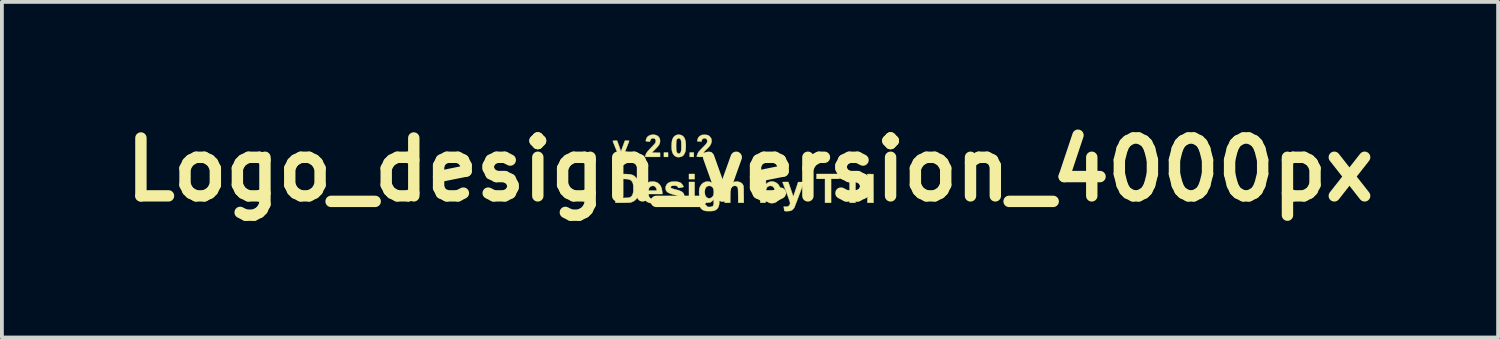
<source format=kicad_pcb>
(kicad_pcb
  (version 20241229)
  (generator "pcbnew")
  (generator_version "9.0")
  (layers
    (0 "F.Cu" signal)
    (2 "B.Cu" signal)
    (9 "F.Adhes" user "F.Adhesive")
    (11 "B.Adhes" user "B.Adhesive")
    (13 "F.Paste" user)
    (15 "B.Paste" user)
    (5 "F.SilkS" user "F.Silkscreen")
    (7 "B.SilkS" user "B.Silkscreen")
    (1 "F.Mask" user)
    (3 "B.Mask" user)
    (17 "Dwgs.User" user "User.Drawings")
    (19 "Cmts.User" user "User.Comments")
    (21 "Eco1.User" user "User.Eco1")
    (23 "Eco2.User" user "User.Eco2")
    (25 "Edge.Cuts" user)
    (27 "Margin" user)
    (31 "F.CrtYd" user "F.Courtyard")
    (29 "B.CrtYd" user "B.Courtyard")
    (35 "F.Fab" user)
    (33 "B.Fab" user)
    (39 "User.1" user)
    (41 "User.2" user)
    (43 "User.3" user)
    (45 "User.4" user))
  (footprint "Logo_design_version_4000px"
    (layer "F.Cu")
    (at 16.699 1.418)
    (property "Reference" "Logo_design_version_4000px" (at 0 0 0) (layer "F.SilkS") (effects (font (size 1.524 1.524) (thickness 0.3))))
    (attr through_hole)
    (fp_poly (pts (xy -2.159 -0.337) (xy -2.267 -0.337) (xy -2.267 -0.451) (xy -2.159 -0.451) (xy -2.159 -0.337)) (stroke (width 0.01) (type solid)) (fill yes) (layer "F.SilkS"))
    (fp_poly (pts (xy -1.48 -0.337) (xy -1.587 -0.337) (xy -1.587 -0.451) (xy -1.48 -0.451) (xy -1.48 -0.337)) (stroke (width 0.01) (type solid)) (fill yes) (layer "F.SilkS"))
    (fp_poly (pts (xy -1.46 0.248) (xy -1.607 0.248) (xy -1.607 0.114) (xy -1.46 0.114) (xy -1.46 0.248)) (stroke (width 0.01) (type solid)) (fill yes) (layer "F.SilkS"))
    (fp_poly (pts (xy -1.46 0.87) (xy -1.607 0.87) (xy -1.607 0.324) (xy -1.46 0.324) (xy -1.46 0.87)) (stroke (width 0.01) (type solid)) (fill yes) (layer "F.SilkS"))
    (fp_poly (pts (xy 3.17 0.116) (xy 3.248 0.117) (xy 3.25 0.494) (xy 3.251 0.87) (xy 3.092 0.87) (xy 3.092 0.114) (xy 3.17 0.116)) (stroke (width 0.01) (type solid)) (fill yes) (layer "F.SilkS"))
    (fp_poly (pts (xy 2.356 0.241) (xy 2.134 0.241) (xy 2.134 0.87) (xy 1.975 0.87) (xy 1.975 0.241) (xy 1.753 0.241) (xy 1.753 0.114) (xy 2.356 0.114) (xy 2.356 0.241)) (stroke (width 0.01) (type solid)) (fill yes) (layer "F.SilkS"))
    (fp_poly (pts (xy 3.004 0.241) (xy 2.891 0.243) (xy 2.778 0.244) (xy 2.776 0.557) (xy 2.775 0.87) (xy 2.623 0.87) (xy 2.623 0.241) (xy 2.4 0.241) (xy 2.4 0.114) (xy 3.004 0.114) (xy 3.004 0.241)) (stroke (width 0.01) (type solid)) (fill yes) (layer "F.SilkS"))
    (fp_poly (pts (xy -3.061 -0.337) (xy -3.114 -0.337) (xy -3.138 -0.337) (xy -3.158 -0.338) (xy -3.169 -0.34) (xy -3.171 -0.341) (xy -3.173 -0.349) (xy -3.174 -0.366) (xy -3.175 -0.39) (xy -3.175 -0.398) (xy -3.175 -0.451) (xy -3.061 -0.451) (xy -3.061 -0.337)) (stroke (width 0.01) (type solid)) (fill yes) (layer "F.SilkS"))
    (fp_poly (pts (xy -3.459 -0.649) (xy -3.445 -0.612) (xy -3.433 -0.577) (xy -3.422 -0.546) (xy -3.414 -0.523) (xy -3.41 -0.51) (xy -3.403 -0.493) (xy -3.397 -0.483) (xy -3.392 -0.484) (xy -3.391 -0.492) (xy -3.389 -0.5) (xy -3.383 -0.519) (xy -3.374 -0.545) (xy -3.362 -0.578) (xy -3.348 -0.616) (xy -3.342 -0.632) (xy -3.294 -0.762) (xy -3.237 -0.762) (xy -3.213 -0.762) (xy -3.193 -0.761) (xy -3.183 -0.759) (xy -3.181 -0.759) (xy -3.184 -0.752) (xy -3.19 -0.735) (xy -3.2 -0.709) (xy -3.213 -0.676) (xy -3.229 -0.635) (xy -3.247 -0.59) (xy -3.264 -0.546) (xy -3.347 -0.337) (xy -3.446 -0.337) (xy -3.53 -0.543) (xy -3.549 -0.591) (xy -3.567 -0.636) (xy -3.583 -0.675) (xy -3.596 -0.708) (xy -3.605 -0.734) (xy -3.611 -0.75) (xy -3.613 -0.755) (xy -3.607 -0.759) (xy -3.59 -0.761) (xy -3.564 -0.762) (xy -3.557 -0.762) (xy -3.501 -0.762) (xy -3.459 -0.649)) (stroke (width 0.01) (type solid)) (fill yes) (layer "F.SilkS"))
    (fp_poly (pts (xy -0.295 0.32) (xy -0.251 0.335) (xy -0.216 0.359) (xy -0.189 0.393) (xy -0.18 0.41) (xy -0.177 0.418) (xy -0.174 0.427) (xy -0.172 0.44) (xy -0.17 0.458) (xy -0.169 0.481) (xy -0.168 0.512) (xy -0.167 0.551) (xy -0.167 0.601) (xy -0.166 0.652) (xy -0.164 0.87) (xy -0.31 0.87) (xy -0.312 0.678) (xy -0.313 0.619) (xy -0.314 0.571) (xy -0.315 0.533) (xy -0.317 0.504) (xy -0.321 0.482) (xy -0.325 0.466) (xy -0.33 0.455) (xy -0.338 0.446) (xy -0.347 0.44) (xy -0.355 0.435) (xy -0.388 0.425) (xy -0.421 0.426) (xy -0.453 0.437) (xy -0.481 0.458) (xy -0.501 0.486) (xy -0.506 0.495) (xy -0.51 0.504) (xy -0.513 0.514) (xy -0.515 0.527) (xy -0.516 0.545) (xy -0.518 0.568) (xy -0.518 0.6) (xy -0.519 0.64) (xy -0.52 0.692) (xy -0.52 0.694) (xy -0.522 0.87) (xy -0.667 0.87) (xy -0.667 0.324) (xy -0.527 0.324) (xy -0.527 0.394) (xy -0.493 0.366) (xy -0.456 0.34) (xy -0.419 0.324) (xy -0.378 0.316) (xy -0.346 0.315) (xy -0.295 0.32)) (stroke (width 0.01) (type solid)) (fill yes) (layer "F.SilkS"))
    (fp_poly (pts (xy -2.505 -0.917) (xy -2.465 -0.906) (xy -2.431 -0.887) (xy -2.413 -0.871) (xy -2.389 -0.841) (xy -2.375 -0.808) (xy -2.369 -0.769) (xy -2.37 -0.74) (xy -2.374 -0.712) (xy -2.382 -0.686) (xy -2.395 -0.659) (xy -2.413 -0.631) (xy -2.439 -0.599) (xy -2.473 -0.563) (xy -2.502 -0.533) (xy -2.588 -0.448) (xy -2.478 -0.446) (xy -2.369 -0.444) (xy -2.369 -0.337) (xy -2.758 -0.337) (xy -2.753 -0.364) (xy -2.748 -0.388) (xy -2.74 -0.411) (xy -2.728 -0.435) (xy -2.711 -0.461) (xy -2.687 -0.491) (xy -2.656 -0.525) (xy -2.618 -0.566) (xy -2.6 -0.584) (xy -2.566 -0.62) (xy -2.539 -0.648) (xy -2.519 -0.67) (xy -2.505 -0.687) (xy -2.495 -0.7) (xy -2.489 -0.711) (xy -2.485 -0.721) (xy -2.484 -0.724) (xy -2.48 -0.759) (xy -2.487 -0.788) (xy -2.502 -0.811) (xy -2.526 -0.825) (xy -2.54 -0.829) (xy -2.571 -0.829) (xy -2.597 -0.817) (xy -2.617 -0.795) (xy -2.63 -0.763) (xy -2.632 -0.759) (xy -2.636 -0.739) (xy -2.678 -0.744) (xy -2.702 -0.746) (xy -2.721 -0.748) (xy -2.732 -0.749) (xy -2.74 -0.752) (xy -2.743 -0.762) (xy -2.74 -0.779) (xy -2.733 -0.806) (xy -2.716 -0.844) (xy -2.688 -0.876) (xy -2.652 -0.9) (xy -2.608 -0.915) (xy -2.558 -0.921) (xy -2.553 -0.921) (xy -2.505 -0.917)) (stroke (width 0.01) (type solid)) (fill yes) (layer "F.SilkS"))
    (fp_poly (pts (xy -3.312 0.115) (xy -3.253 0.116) (xy -3.204 0.119) (xy -3.163 0.123) (xy -3.129 0.13) (xy -3.1 0.138) (xy -3.075 0.149) (xy -3.052 0.164) (xy -3.031 0.181) (xy -3.017 0.194) (xy -2.981 0.233) (xy -2.954 0.277) (xy -2.934 0.327) (xy -2.92 0.385) (xy -2.914 0.451) (xy -2.912 0.495) (xy -2.913 0.547) (xy -2.916 0.589) (xy -2.922 0.625) (xy -2.932 0.659) (xy -2.946 0.694) (xy -2.953 0.708) (xy -2.983 0.758) (xy -3.023 0.8) (xy -3.071 0.833) (xy -3.124 0.856) (xy -3.155 0.864) (xy -3.171 0.865) (xy -3.197 0.867) (xy -3.231 0.868) (xy -3.273 0.869) (xy -3.318 0.87) (xy -3.366 0.87) (xy -3.366 0.87) (xy -3.543 0.87) (xy -3.543 0.743) (xy -3.391 0.743) (xy -3.3 0.743) (xy -3.252 0.742) (xy -3.215 0.74) (xy -3.187 0.736) (xy -3.176 0.733) (xy -3.142 0.718) (xy -3.116 0.696) (xy -3.096 0.664) (xy -3.085 0.633) (xy -3.079 0.612) (xy -3.075 0.592) (xy -3.072 0.569) (xy -3.071 0.541) (xy -3.071 0.503) (xy -3.071 0.495) (xy -3.072 0.444) (xy -3.075 0.403) (xy -3.081 0.37) (xy -3.09 0.342) (xy -3.103 0.318) (xy -3.111 0.306) (xy -3.131 0.284) (xy -3.156 0.267) (xy -3.187 0.256) (xy -3.227 0.249) (xy -3.244 0.247) (xy -3.277 0.245) (xy -3.311 0.243) (xy -3.341 0.242) (xy -3.348 0.242) (xy -3.391 0.241) (xy -3.391 0.743) (xy -3.543 0.743) (xy -3.543 0.114) (xy -3.382 0.114) (xy -3.312 0.115)) (stroke (width 0.01) (type solid)) (fill yes) (layer "F.SilkS"))
    (fp_poly (pts (xy 0.344 0.116) (xy 0.416 0.117) (xy 0.418 0.25) (xy 0.419 0.382) (xy 0.443 0.362) (xy 0.483 0.334) (xy 0.527 0.317) (xy 0.572 0.311) (xy 0.618 0.316) (xy 0.662 0.329) (xy 0.703 0.353) (xy 0.739 0.384) (xy 0.768 0.424) (xy 0.788 0.467) (xy 0.796 0.498) (xy 0.802 0.538) (xy 0.805 0.581) (xy 0.805 0.623) (xy 0.803 0.659) (xy 0.801 0.667) (xy 0.785 0.725) (xy 0.761 0.776) (xy 0.728 0.818) (xy 0.689 0.851) (xy 0.671 0.862) (xy 0.633 0.875) (xy 0.59 0.881) (xy 0.547 0.88) (xy 0.507 0.871) (xy 0.504 0.87) (xy 0.481 0.858) (xy 0.455 0.841) (xy 0.438 0.828) (xy 0.406 0.799) (xy 0.406 0.87) (xy 0.273 0.87) (xy 0.273 0.587) (xy 0.415 0.587) (xy 0.418 0.63) (xy 0.426 0.671) (xy 0.44 0.706) (xy 0.443 0.711) (xy 0.468 0.74) (xy 0.497 0.759) (xy 0.531 0.768) (xy 0.565 0.765) (xy 0.593 0.753) (xy 0.615 0.735) (xy 0.634 0.712) (xy 0.635 0.71) (xy 0.641 0.698) (xy 0.646 0.687) (xy 0.649 0.673) (xy 0.65 0.654) (xy 0.651 0.627) (xy 0.651 0.596) (xy 0.651 0.562) (xy 0.65 0.537) (xy 0.649 0.519) (xy 0.646 0.506) (xy 0.641 0.495) (xy 0.634 0.483) (xy 0.632 0.48) (xy 0.61 0.451) (xy 0.585 0.434) (xy 0.554 0.427) (xy 0.529 0.427) (xy 0.493 0.433) (xy 0.465 0.448) (xy 0.443 0.472) (xy 0.428 0.507) (xy 0.418 0.546) (xy 0.415 0.587) (xy 0.273 0.587) (xy 0.273 0.114) (xy 0.344 0.116)) (stroke (width 0.01) (type solid)) (fill yes) (layer "F.SilkS"))
    (fp_poly (pts (xy -1.154 -0.916) (xy -1.122 -0.911) (xy -1.097 -0.902) (xy -1.075 -0.886) (xy -1.052 -0.863) (xy -1.049 -0.86) (xy -1.025 -0.824) (xy -1.013 -0.784) (xy -1.013 -0.74) (xy -1.025 -0.692) (xy -1.036 -0.666) (xy -1.045 -0.649) (xy -1.056 -0.632) (xy -1.071 -0.614) (xy -1.091 -0.591) (xy -1.118 -0.563) (xy -1.145 -0.537) (xy -1.235 -0.448) (xy -1.122 -0.446) (xy -1.009 -0.444) (xy -1.011 -0.392) (xy -1.013 -0.34) (xy -1.204 -0.338) (xy -1.256 -0.338) (xy -1.302 -0.338) (xy -1.341 -0.338) (xy -1.371 -0.339) (xy -1.391 -0.34) (xy -1.399 -0.342) (xy -1.4 -0.342) (xy -1.4 -0.352) (xy -1.396 -0.371) (xy -1.389 -0.394) (xy -1.379 -0.419) (xy -1.368 -0.443) (xy -1.358 -0.461) (xy -1.347 -0.475) (xy -1.328 -0.496) (xy -1.305 -0.522) (xy -1.277 -0.551) (xy -1.247 -0.581) (xy -1.244 -0.584) (xy -1.213 -0.616) (xy -1.185 -0.645) (xy -1.162 -0.67) (xy -1.146 -0.691) (xy -1.137 -0.703) (xy -1.126 -0.736) (xy -1.125 -0.766) (xy -1.134 -0.793) (xy -1.151 -0.814) (xy -1.166 -0.823) (xy -1.197 -0.83) (xy -1.225 -0.825) (xy -1.249 -0.81) (xy -1.267 -0.786) (xy -1.274 -0.764) (xy -1.278 -0.741) (xy -1.332 -0.745) (xy -1.357 -0.747) (xy -1.376 -0.749) (xy -1.387 -0.751) (xy -1.389 -0.751) (xy -1.388 -0.758) (xy -1.385 -0.774) (xy -1.381 -0.791) (xy -1.366 -0.833) (xy -1.344 -0.865) (xy -1.314 -0.89) (xy -1.299 -0.898) (xy -1.281 -0.907) (xy -1.265 -0.913) (xy -1.249 -0.916) (xy -1.227 -0.917) (xy -1.197 -0.918) (xy -1.194 -0.918) (xy -1.154 -0.916)) (stroke (width 0.01) (type solid)) (fill yes) (layer "F.SilkS"))
    (fp_poly (pts (xy -1.829 -0.915) (xy -1.789 -0.9) (xy -1.755 -0.873) (xy -1.729 -0.836) (xy -1.709 -0.789) (xy -1.696 -0.73) (xy -1.691 -0.662) (xy -1.691 -0.594) (xy -1.693 -0.559) (xy -1.696 -0.526) (xy -1.7 -0.498) (xy -1.704 -0.478) (xy -1.704 -0.478) (xy -1.716 -0.444) (xy -1.733 -0.411) (xy -1.751 -0.383) (xy -1.769 -0.364) (xy -1.804 -0.345) (xy -1.845 -0.334) (xy -1.888 -0.33) (xy -1.929 -0.336) (xy -1.939 -0.34) (xy -1.977 -0.36) (xy -2.009 -0.391) (xy -2.034 -0.432) (xy -2.052 -0.483) (xy -2.055 -0.497) (xy -2.06 -0.531) (xy -2.063 -0.573) (xy -2.063 -0.62) (xy -2.062 -0.651) (xy -1.946 -0.651) (xy -1.946 -0.61) (xy -1.945 -0.57) (xy -1.944 -0.533) (xy -1.941 -0.504) (xy -1.938 -0.484) (xy -1.938 -0.481) (xy -1.925 -0.454) (xy -1.907 -0.434) (xy -1.887 -0.423) (xy -1.865 -0.423) (xy -1.845 -0.433) (xy -1.835 -0.443) (xy -1.826 -0.457) (xy -1.819 -0.474) (xy -1.814 -0.496) (xy -1.81 -0.524) (xy -1.808 -0.561) (xy -1.808 -0.608) (xy -1.807 -0.625) (xy -1.808 -0.676) (xy -1.809 -0.716) (xy -1.812 -0.747) (xy -1.817 -0.771) (xy -1.824 -0.789) (xy -1.832 -0.804) (xy -1.838 -0.811) (xy -1.857 -0.825) (xy -1.879 -0.829) (xy -1.9 -0.822) (xy -1.92 -0.807) (xy -1.934 -0.783) (xy -1.938 -0.772) (xy -1.941 -0.754) (xy -1.944 -0.726) (xy -1.945 -0.691) (xy -1.946 -0.651) (xy -2.062 -0.651) (xy -2.062 -0.668) (xy -2.059 -0.713) (xy -2.054 -0.754) (xy -2.047 -0.785) (xy -2.046 -0.789) (xy -2.025 -0.837) (xy -1.998 -0.874) (xy -1.963 -0.9) (xy -1.923 -0.916) (xy -1.877 -0.921) (xy -1.829 -0.915)) (stroke (width 0.01) (type solid)) (fill yes) (layer "F.SilkS"))
    (fp_poly (pts (xy 1.065 0.491) (xy 1.081 0.536) (xy 1.095 0.579) (xy 1.108 0.617) (xy 1.119 0.648) (xy 1.127 0.672) (xy 1.131 0.685) (xy 1.131 0.686) (xy 1.139 0.713) (xy 1.204 0.52) (xy 1.268 0.327) (xy 1.342 0.325) (xy 1.371 0.325) (xy 1.395 0.325) (xy 1.41 0.326) (xy 1.416 0.328) (xy 1.414 0.335) (xy 1.408 0.354) (xy 1.398 0.381) (xy 1.385 0.417) (xy 1.37 0.459) (xy 1.353 0.506) (xy 1.334 0.557) (xy 1.314 0.611) (xy 1.293 0.666) (xy 1.273 0.721) (xy 1.252 0.775) (xy 1.233 0.826) (xy 1.215 0.873) (xy 1.199 0.914) (xy 1.186 0.949) (xy 1.175 0.976) (xy 1.168 0.994) (xy 1.165 1.001) (xy 1.139 1.035) (xy 1.107 1.063) (xy 1.071 1.081) (xy 1.066 1.082) (xy 1.045 1.087) (xy 1.016 1.09) (xy 0.984 1.091) (xy 0.952 1.092) (xy 0.926 1.09) (xy 0.913 1.088) (xy 0.906 1.081) (xy 0.9 1.063) (xy 0.899 1.052) (xy 0.896 1.028) (xy 0.893 1.004) (xy 0.891 0.996) (xy 0.888 0.973) (xy 0.932 0.976) (xy 0.969 0.976) (xy 0.997 0.969) (xy 1.02 0.954) (xy 1.037 0.933) (xy 1.044 0.922) (xy 1.049 0.912) (xy 1.053 0.902) (xy 1.055 0.891) (xy 1.055 0.878) (xy 1.052 0.861) (xy 1.047 0.84) (xy 1.038 0.813) (xy 1.026 0.779) (xy 1.011 0.737) (xy 0.992 0.686) (xy 0.968 0.625) (xy 0.959 0.601) (xy 0.938 0.546) (xy 0.919 0.494) (xy 0.901 0.447) (xy 0.886 0.406) (xy 0.873 0.373) (xy 0.864 0.348) (xy 0.859 0.333) (xy 0.857 0.328) (xy 0.863 0.326) (xy 0.879 0.325) (xy 0.903 0.324) (xy 0.933 0.324) (xy 1.008 0.324) (xy 1.065 0.491)) (stroke (width 0.01) (type solid)) (fill yes) (layer "F.SilkS"))
    (fp_poly (pts (xy -2.539 0.315) (xy -2.499 0.321) (xy -2.469 0.329) (xy -2.422 0.354) (xy -2.383 0.389) (xy -2.352 0.433) (xy -2.33 0.486) (xy -2.317 0.547) (xy -2.313 0.581) (xy -2.309 0.641) (xy -2.673 0.641) (xy -2.673 0.656) (xy -2.668 0.69) (xy -2.652 0.722) (xy -2.629 0.748) (xy -2.601 0.765) (xy -2.601 0.765) (xy -2.564 0.774) (xy -2.531 0.771) (xy -2.503 0.758) (xy -2.481 0.735) (xy -2.472 0.719) (xy -2.466 0.705) (xy -2.46 0.699) (xy -2.46 0.699) (xy -2.451 0.7) (xy -2.433 0.702) (xy -2.41 0.706) (xy -2.384 0.71) (xy -2.359 0.715) (xy -2.339 0.718) (xy -2.327 0.721) (xy -2.325 0.721) (xy -2.323 0.728) (xy -2.327 0.741) (xy -2.336 0.76) (xy -2.349 0.781) (xy -2.363 0.801) (xy -2.378 0.819) (xy -2.383 0.823) (xy -2.415 0.848) (xy -2.45 0.865) (xy -2.49 0.876) (xy -2.539 0.88) (xy -2.546 0.881) (xy -2.594 0.88) (xy -2.631 0.877) (xy -2.648 0.873) (xy -2.697 0.853) (xy -2.738 0.824) (xy -2.772 0.785) (xy -2.798 0.737) (xy -2.814 0.682) (xy -2.822 0.62) (xy -2.822 0.6) (xy -2.819 0.552) (xy -2.675 0.552) (xy -2.457 0.552) (xy -2.457 0.532) (xy -2.462 0.505) (xy -2.475 0.477) (xy -2.494 0.452) (xy -2.508 0.439) (xy -2.524 0.431) (xy -2.54 0.427) (xy -2.562 0.426) (xy -2.569 0.427) (xy -2.606 0.434) (xy -2.635 0.452) (xy -2.656 0.479) (xy -2.669 0.516) (xy -2.671 0.526) (xy -2.675 0.552) (xy -2.819 0.552) (xy -2.817 0.535) (xy -2.803 0.477) (xy -2.78 0.427) (xy -2.748 0.384) (xy -2.708 0.351) (xy -2.661 0.327) (xy -2.657 0.325) (xy -2.623 0.318) (xy -2.582 0.314) (xy -2.539 0.315)) (stroke (width 0.01) (type solid)) (fill yes) (layer "F.SilkS"))
    (fp_poly (pts (xy -1.984 0.315) (xy -1.933 0.317) (xy -1.892 0.322) (xy -1.859 0.331) (xy -1.831 0.345) (xy -1.806 0.365) (xy -1.801 0.371) (xy -1.787 0.387) (xy -1.773 0.407) (xy -1.762 0.426) (xy -1.754 0.443) (xy -1.753 0.453) (xy -1.754 0.454) (xy -1.761 0.457) (xy -1.777 0.461) (xy -1.8 0.465) (xy -1.807 0.467) (xy -1.833 0.472) (xy -1.855 0.476) (xy -1.87 0.479) (xy -1.871 0.48) (xy -1.883 0.479) (xy -1.893 0.469) (xy -1.896 0.463) (xy -1.91 0.443) (xy -1.931 0.429) (xy -1.96 0.421) (xy -1.997 0.419) (xy -2.037 0.422) (xy -2.066 0.43) (xy -2.083 0.442) (xy -2.089 0.46) (xy -2.089 0.46) (xy -2.087 0.471) (xy -2.079 0.481) (xy -2.064 0.49) (xy -2.041 0.5) (xy -2.008 0.51) (xy -1.964 0.522) (xy -1.955 0.524) (xy -1.898 0.539) (xy -1.853 0.554) (xy -1.817 0.569) (xy -1.789 0.585) (xy -1.768 0.603) (xy -1.767 0.604) (xy -1.75 0.626) (xy -1.739 0.649) (xy -1.734 0.677) (xy -1.734 0.701) (xy -1.74 0.746) (xy -1.757 0.786) (xy -1.785 0.821) (xy -1.823 0.849) (xy -1.855 0.865) (xy -1.882 0.872) (xy -1.917 0.878) (xy -1.957 0.881) (xy -1.999 0.881) (xy -2.038 0.88) (xy -2.07 0.876) (xy -2.081 0.873) (xy -2.117 0.861) (xy -2.146 0.846) (xy -2.173 0.826) (xy -2.183 0.817) (xy -2.2 0.799) (xy -2.216 0.777) (xy -2.229 0.755) (xy -2.238 0.736) (xy -2.24 0.723) (xy -2.239 0.721) (xy -2.232 0.717) (xy -2.215 0.712) (xy -2.19 0.707) (xy -2.18 0.706) (xy -2.153 0.702) (xy -2.13 0.698) (xy -2.114 0.695) (xy -2.111 0.694) (xy -2.1 0.695) (xy -2.094 0.705) (xy -2.093 0.707) (xy -2.08 0.734) (xy -2.058 0.756) (xy -2.029 0.772) (xy -2.016 0.775) (xy -1.984 0.779) (xy -1.95 0.777) (xy -1.92 0.769) (xy -1.897 0.757) (xy -1.894 0.755) (xy -1.883 0.738) (xy -1.88 0.718) (xy -1.883 0.7) (xy -1.889 0.692) (xy -1.899 0.688) (xy -1.918 0.681) (xy -1.945 0.673) (xy -1.977 0.664) (xy -1.994 0.66) (xy -2.056 0.643) (xy -2.107 0.626) (xy -2.147 0.608) (xy -2.177 0.588) (xy -2.199 0.565) (xy -2.213 0.54) (xy -2.22 0.51) (xy -2.222 0.48) (xy -2.217 0.438) (xy -2.201 0.401) (xy -2.173 0.368) (xy -2.168 0.363) (xy -2.143 0.344) (xy -2.116 0.331) (xy -2.085 0.322) (xy -2.046 0.317) (xy -1.998 0.315) (xy -1.984 0.315)) (stroke (width 0.01) (type solid)) (fill yes) (layer "F.SilkS"))
    (fp_poly (pts (xy -1.073 0.316) (xy -1.027 0.332) (xy -0.985 0.36) (xy -0.973 0.37) (xy -0.946 0.396) (xy -0.946 0.324) (xy -0.806 0.324) (xy -0.807 0.595) (xy -0.807 0.655) (xy -0.807 0.712) (xy -0.808 0.765) (xy -0.809 0.812) (xy -0.81 0.853) (xy -0.811 0.884) (xy -0.812 0.905) (xy -0.813 0.911) (xy -0.825 0.963) (xy -0.845 1.005) (xy -0.873 1.039) (xy -0.911 1.064) (xy -0.933 1.074) (xy -0.951 1.08) (xy -0.969 1.084) (xy -0.992 1.087) (xy -1.022 1.089) (xy -1.057 1.09) (xy -1.092 1.09) (xy -1.125 1.089) (xy -1.152 1.088) (xy -1.171 1.086) (xy -1.173 1.086) (xy -1.22 1.071) (xy -1.26 1.049) (xy -1.291 1.021) (xy -1.307 0.995) (xy -1.315 0.976) (xy -1.321 0.955) (xy -1.325 0.934) (xy -1.326 0.918) (xy -1.324 0.909) (xy -1.323 0.908) (xy -1.314 0.909) (xy -1.296 0.911) (xy -1.272 0.914) (xy -1.245 0.917) (xy -1.217 0.921) (xy -1.192 0.924) (xy -1.172 0.927) (xy -1.161 0.928) (xy -1.159 0.929) (xy -1.149 0.95) (xy -1.131 0.968) (xy -1.114 0.977) (xy -1.089 0.982) (xy -1.058 0.982) (xy -1.027 0.978) (xy -1.001 0.971) (xy -0.998 0.97) (xy -0.981 0.959) (xy -0.969 0.946) (xy -0.961 0.927) (xy -0.956 0.9) (xy -0.954 0.863) (xy -0.954 0.855) (xy -0.952 0.784) (xy -0.982 0.814) (xy -1.011 0.839) (xy -1.037 0.855) (xy -1.066 0.864) (xy -1.103 0.868) (xy -1.106 0.869) (xy -1.151 0.868) (xy -1.189 0.86) (xy -1.223 0.842) (xy -1.255 0.818) (xy -1.29 0.777) (xy -1.318 0.729) (xy -1.334 0.681) (xy -1.338 0.654) (xy -1.34 0.618) (xy -1.34 0.58) (xy -1.34 0.565) (xy -1.192 0.565) (xy -1.192 0.619) (xy -1.183 0.665) (xy -1.167 0.702) (xy -1.142 0.73) (xy -1.123 0.742) (xy -1.092 0.753) (xy -1.062 0.754) (xy -1.032 0.744) (xy -1 0.724) (xy -0.977 0.697) (xy -0.961 0.662) (xy -0.954 0.618) (xy -0.953 0.587) (xy -0.956 0.536) (xy -0.968 0.494) (xy -0.988 0.462) (xy -1.014 0.44) (xy -1.048 0.428) (xy -1.073 0.425) (xy -1.111 0.431) (xy -1.142 0.447) (xy -1.166 0.473) (xy -1.182 0.509) (xy -1.191 0.555) (xy -1.192 0.565) (xy -1.34 0.565) (xy -1.339 0.542) (xy -1.335 0.511) (xy -1.333 0.498) (xy -1.314 0.444) (xy -1.286 0.398) (xy -1.25 0.361) (xy -1.206 0.333) (xy -1.172 0.32) (xy -1.121 0.312) (xy -1.073 0.316)) (stroke (width 0.01) (type solid)) (fill yes) (layer "F.SilkS")))
  (gr_rect
    (start -3 -3)
    (end 36.397 5.836)
    (stroke (width 0.1) (type default))
    (fill no)
    (layer "Edge.Cuts")))
</source>
